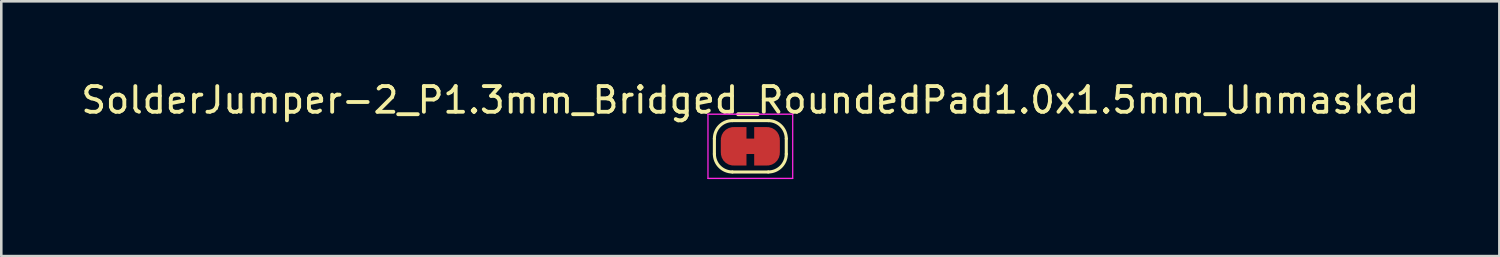
<source format=kicad_pcb>
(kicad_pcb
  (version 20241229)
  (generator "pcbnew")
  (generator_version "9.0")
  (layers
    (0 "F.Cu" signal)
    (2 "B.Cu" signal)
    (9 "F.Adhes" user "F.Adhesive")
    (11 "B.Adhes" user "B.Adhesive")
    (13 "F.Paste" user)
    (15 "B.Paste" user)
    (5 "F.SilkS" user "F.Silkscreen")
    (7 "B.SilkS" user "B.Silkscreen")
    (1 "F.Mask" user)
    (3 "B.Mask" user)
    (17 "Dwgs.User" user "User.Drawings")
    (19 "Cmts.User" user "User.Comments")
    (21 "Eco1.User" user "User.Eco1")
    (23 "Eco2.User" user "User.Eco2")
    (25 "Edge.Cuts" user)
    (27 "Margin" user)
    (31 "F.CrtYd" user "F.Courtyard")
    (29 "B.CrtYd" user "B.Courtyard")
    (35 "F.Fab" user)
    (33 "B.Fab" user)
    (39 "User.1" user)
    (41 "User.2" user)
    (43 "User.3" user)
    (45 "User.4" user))
  (footprint "SolderJumper-2_P1.3mm_Bridged_RoundedPad1.0x1.5mm_Unmasked"
    (layer "F.Cu")
    (at 26.173 2.648)
    (property "Reference" "SolderJumper-2_P1.3mm_Bridged_RoundedPad1.0x1.5mm_Unmasked" (at 0 -1.8 0) (layer "F.SilkS") (effects (font (size 1 1) (thickness 0.15))))
    (attr exclude_from_pos_files exclude_from_bom)
    (fp_poly (pts (xy 0.25 -0.3) (xy -0.25 -0.3) (xy -0.25 0.3) (xy 0.25 0.3)) (stroke (width 0) (type solid)) (fill yes) (layer "F.Cu"))
    (fp_poly (pts (xy 0.25 -0.3) (xy -0.25 -0.3) (xy -0.25 0.3) (xy 0.25 0.3)) (stroke (width 0) (type solid)) (fill yes) (layer "F.Mask"))
    (fp_line (start -1.4 0.3) (end -1.4 -0.3) (stroke (width 0.12) (type solid)) (layer "F.SilkS"))
    (fp_line (start -0.7 -1) (end 0.7 -1) (stroke (width 0.12) (type solid)) (layer "F.SilkS"))
    (fp_line (start 0.7 1) (end -0.7 1) (stroke (width 0.12) (type solid)) (layer "F.SilkS"))
    (fp_line (start 1.4 -0.3) (end 1.4 0.3) (stroke (width 0.12) (type solid)) (layer "F.SilkS"))
    (fp_arc (start -1.4 -0.3) (mid -1.194975 -0.794975) (end -0.7 -1) (stroke (width 0.12) (type solid)) (layer "F.SilkS"))
    (fp_arc (start -0.7 1) (mid -1.194975 0.794975) (end -1.4 0.3) (stroke (width 0.12) (type solid)) (layer "F.SilkS"))
    (fp_arc (start 0.7 -1) (mid 1.194975 -0.794975) (end 1.4 -0.3) (stroke (width 0.12) (type solid)) (layer "F.SilkS"))
    (fp_arc (start 1.4 0.3) (mid 1.194975 0.794975) (end 0.7 1) (stroke (width 0.12) (type solid)) (layer "F.SilkS"))
    (fp_line (start -1.65 -1.25) (end -1.65 1.25) (stroke (width 0.05) (type solid)) (layer "F.CrtYd"))
    (fp_line (start -1.65 -1.25) (end 1.65 -1.25) (stroke (width 0.05) (type solid)) (layer "F.CrtYd"))
    (fp_line (start 1.65 1.25) (end -1.65 1.25) (stroke (width 0.05) (type solid)) (layer "F.CrtYd"))
    (fp_line (start 1.65 1.25) (end 1.65 -1.25) (stroke (width 0.05) (type solid)) (layer "F.CrtYd"))
    (pad "1" smd custom (at -0.65 0) (size 1 0.5) (layers "F.Cu" "F.Mask") (options (anchor rect)) (primitives (gr_circle (center 0 0.25) (end 0.5 0.25) (width 0) (fill yes)) (gr_circle (center 0 -0.25) (end 0.5 -0.25) (width 0) (fill yes)) (gr_poly (pts (xy 0.5 0.75) (xy 0 0.75) (xy 0 -0.75) (xy 0.5 -0.75)) (width 0) (fill yes))))
    (pad "2" smd custom (at 0.65 0) (size 1 0.5) (layers "F.Cu" "F.Mask") (options (anchor rect)) (primitives (gr_circle (center 0 0.25) (end 0.5 0.25) (width 0) (fill yes)) (gr_circle (center 0 -0.25) (end 0.5 -0.25) (width 0) (fill yes)) (gr_poly (pts (xy 0 0.75) (xy -0.5 0.75) (xy -0.5 -0.75) (xy 0 -0.75)) (width 0) (fill yes)))))
  (gr_rect
    (start -3 -3)
    (end 55.345 6.923)
    (stroke (width 0.1) (type default))
    (fill no)
    (layer "Edge.Cuts")))
</source>
